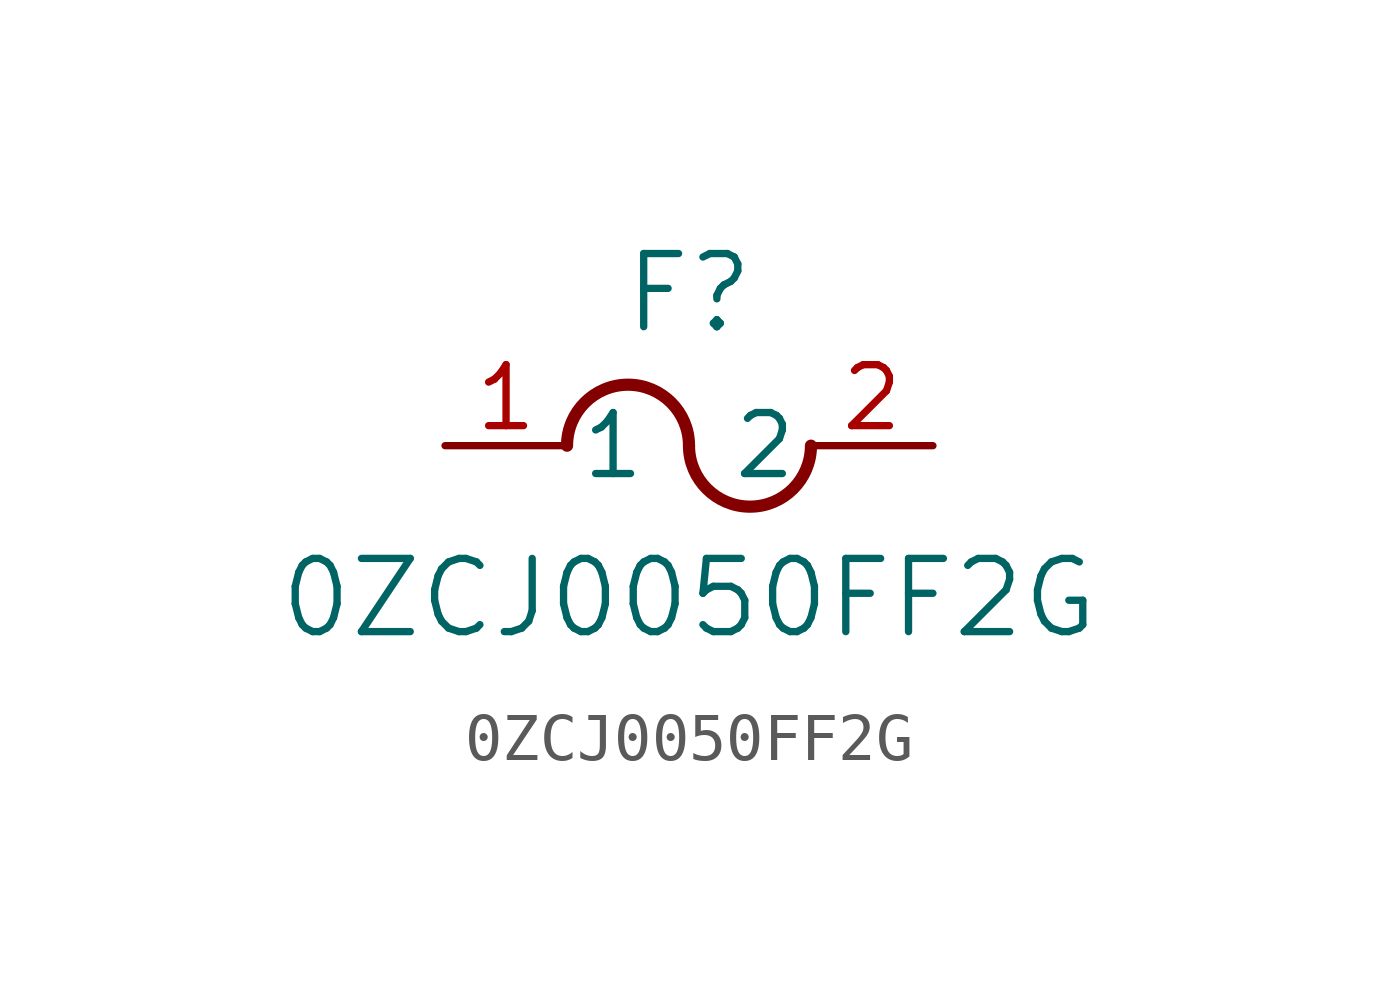
<source format=kicad_sym>
(kicad_symbol_lib
  (version 20211014)
  (generator kicad_symbol_editor)
  (symbol "0ZCJ0050FF2G"
    (pin_names
      (offset 0.254))
    (property "Reference" "F"
      (at 5.08 3.175 0)
      (effects (font (size 1.524 1.524))))
    (property "Value" "0ZCJ0050FF2G"
      (at 5.08 -3.175 0)
      (effects (font (size 1.524 1.524))))
    (symbol "0ZCJ0050FF2G_0_1"
      (arc (start 5.08 0) (mid 3.81 1.27) (end 2.54 0) (stroke (width 0.254) (type default) (color 0 0 0 0)) (fill (type none)))
      (arc (start 5.08 0) (mid 6.35 -1.27) (end 7.62 0) (stroke (width 0.254) (type default) (color 0 0 0 0)) (fill (type none)))
      (pin unspecified line (at 0 0 0) (length 2.54) (name "1" (effects (font (size 1.27 1.27)))) (number "1" (effects (font (size 1.27 1.27)))))
      (pin unspecified line (at 10.16 0 180) (length 2.54) (name "2" (effects (font (size 1.27 1.27)))) (number "2" (effects (font (size 1.27 1.27))))))))
</source>
